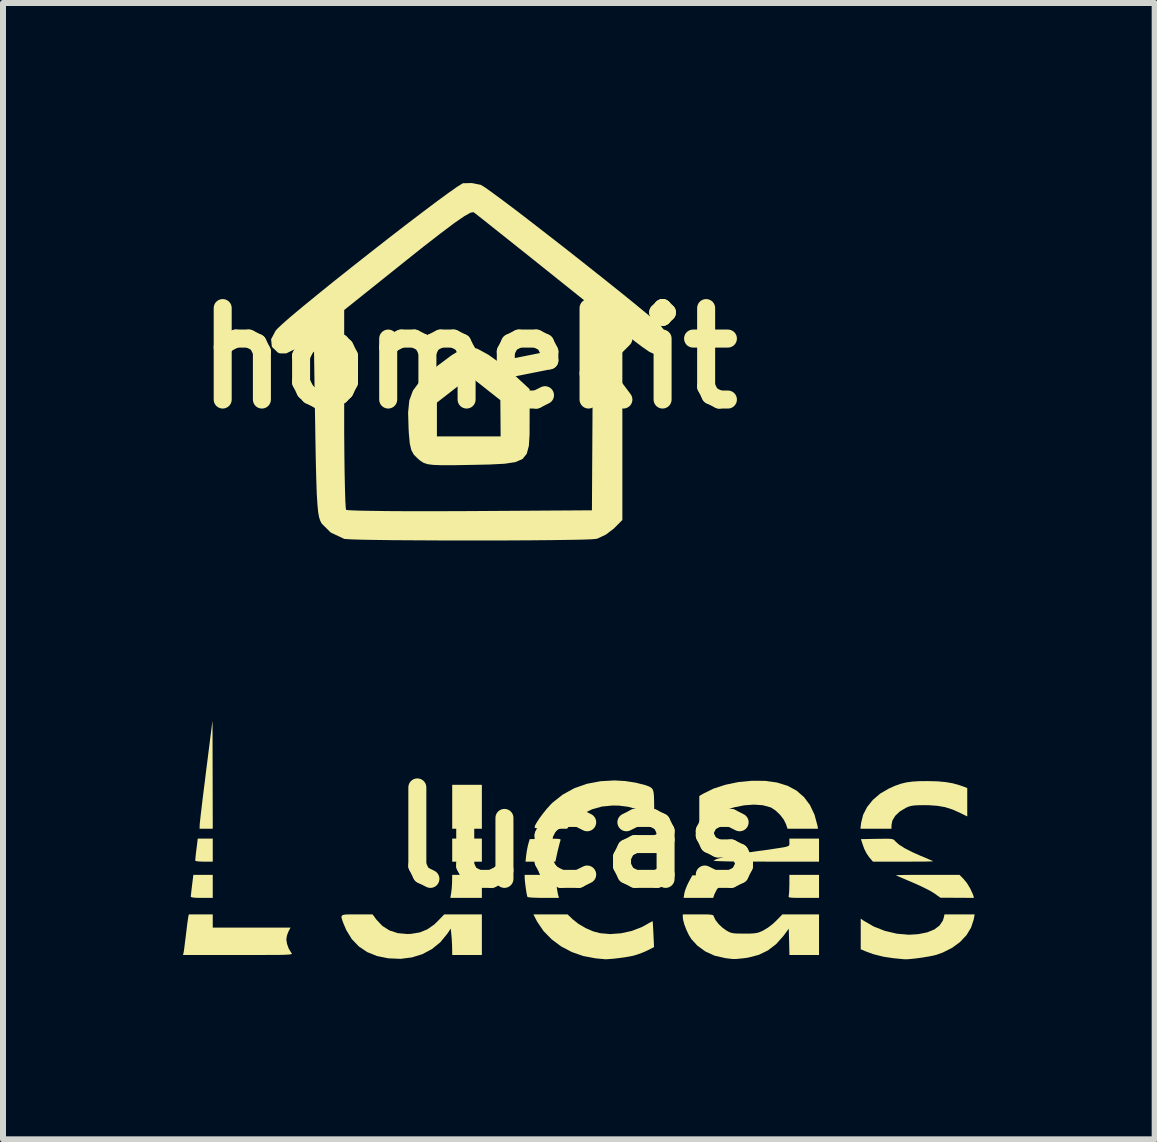
<source format=kicad_pcb>
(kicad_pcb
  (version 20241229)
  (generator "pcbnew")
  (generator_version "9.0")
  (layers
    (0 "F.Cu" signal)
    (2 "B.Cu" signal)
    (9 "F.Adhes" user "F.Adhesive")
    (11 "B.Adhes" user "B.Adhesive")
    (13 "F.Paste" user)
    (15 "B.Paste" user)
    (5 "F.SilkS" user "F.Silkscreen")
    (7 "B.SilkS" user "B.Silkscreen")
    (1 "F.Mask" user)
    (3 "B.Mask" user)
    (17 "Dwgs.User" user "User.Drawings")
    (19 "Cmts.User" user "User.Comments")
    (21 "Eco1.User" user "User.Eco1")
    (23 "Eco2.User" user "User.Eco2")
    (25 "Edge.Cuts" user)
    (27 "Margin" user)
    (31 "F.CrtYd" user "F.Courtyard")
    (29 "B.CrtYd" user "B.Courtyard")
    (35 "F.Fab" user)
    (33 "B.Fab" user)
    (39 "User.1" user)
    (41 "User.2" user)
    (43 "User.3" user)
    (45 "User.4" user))
  (footprint "homekit"
    (layer "F.Cu")
    (at 4.761 2.918)
    (property "Reference" "homekit" (at 0 0 0) (layer "F.SilkS") (effects (font (size 1.524 1.524) (thickness 0.3))))
    (attr board_only exclude_from_pos_files exclude_from_bom)
    (fp_poly (pts (xy 0.141 -0.158) (xy 0.327 -0.057) (xy 0.545 0.099) (xy 0.782 0.301) (xy 0.785 0.304) (xy 1.014 0.516) (xy 1.014 1.025) (xy 1.013 1.275) (xy 1.001 1.461) (xy 0.966 1.593) (xy 0.896 1.68) (xy 0.777 1.732) (xy 0.598 1.759) (xy 0.346 1.772) (xy 0.059 1.778) (xy -0.23 1.783) (xy -0.439 1.784) (xy -0.585 1.779) (xy -0.683 1.767) (xy -0.751 1.745) (xy -0.805 1.711) (xy -0.846 1.677) (xy -0.915 1.609) (xy -0.957 1.533) (xy -0.983 1.423) (xy -0.994 1.304) (xy -0.531 1.304) (xy 0.531 1.304) (xy 0.526 0.7) (xy 0.027 0.306) (xy -0.252 0.523) (xy -0.531 0.74) (xy -0.531 1.304) (xy -0.994 1.304) (xy -0.999 1.251) (xy -1.003 1.173) (xy -1.011 0.907) (xy -0.991 0.705) (xy -0.931 0.541) (xy -0.819 0.39) (xy -0.644 0.227) (xy -0.516 0.123) (xy -0.29 -0.046) (xy -0.117 -0.153) (xy -0.002 -0.193) (xy 0.004 -0.193)) (stroke (width 0) (type solid)) (fill yes) (layer "F.SilkS"))
    (fp_poly (pts (xy 0.2 -2.888) (xy 0.265 -2.849) (xy 0.394 -2.757) (xy 0.578 -2.621) (xy 0.807 -2.449) (xy 1.068 -2.248) (xy 1.353 -2.027) (xy 1.651 -1.795) (xy 1.951 -1.558) (xy 2.244 -1.326) (xy 2.518 -1.107) (xy 2.764 -0.908) (xy 2.97 -0.738) (xy 3.127 -0.604) (xy 3.199 -0.54) (xy 3.306 -0.398) (xy 3.323 -0.263) (xy 3.25 -0.145) (xy 3.211 -0.116) (xy 3.143 -0.077) (xy 3.084 -0.071) (xy 3.008 -0.106) (xy 2.89 -0.188) (xy 2.825 -0.237) (xy 2.559 -0.438) (xy 2.559 2.697) (xy 2.417 2.839) (xy 2.286 2.939) (xy 2.146 3.005) (xy 2.122 3.011) (xy 2.041 3.018) (xy 1.879 3.024) (xy 1.647 3.028) (xy 1.357 3.032) (xy 1.022 3.035) (xy 0.655 3.037) (xy 0.267 3.038) (xy -0.128 3.038) (xy -0.518 3.037) (xy -0.891 3.035) (xy -1.235 3.033) (xy -1.536 3.029) (xy -1.782 3.025) (xy -1.962 3.019) (xy -2.062 3.013) (xy -2.076 3.011) (xy -2.301 2.905) (xy -2.45 2.757) (xy -2.474 2.712) (xy -2.494 2.651) (xy -2.51 2.562) (xy -2.522 2.434) (xy -2.533 2.257) (xy -2.541 2.02) (xy -2.549 1.713) (xy -2.556 1.325) (xy -2.559 1.116) (xy -2.564 0.846) (xy -2.076 0.846) (xy -2.076 1.236) (xy -2.073 1.595) (xy -2.069 1.912) (xy -2.063 2.174) (xy -2.057 2.372) (xy -2.05 2.493) (xy -2.044 2.528) (xy -1.99 2.534) (xy -1.85 2.54) (xy -1.633 2.544) (xy -1.351 2.548) (xy -1.013 2.55) (xy -0.629 2.55) (xy -0.209 2.549) (xy 0.021 2.548) (xy 2.052 2.535) (xy 2.062 0.845) (xy 2.072 -0.845) (xy 1.106 -1.618) (xy 0.841 -1.829) (xy 0.599 -2.022) (xy 0.39 -2.188) (xy 0.227 -2.318) (xy 0.118 -2.403) (xy 0.078 -2.433) (xy 0.029 -2.424) (xy -0.076 -2.365) (xy -0.24 -2.252) (xy -0.466 -2.082) (xy -0.759 -1.855) (xy -1.03 -1.639) (xy -2.076 -0.802) (xy -2.076 0.846) (xy -2.564 0.846) (xy -2.583 -0.401) (xy -2.728 -0.28) (xy -2.907 -0.145) (xy -3.041 -0.08) (xy -3.147 -0.079) (xy -3.181 -0.093) (xy -3.281 -0.189) (xy -3.294 -0.315) (xy -3.219 -0.457) (xy -3.195 -0.485) (xy -3.107 -0.569) (xy -2.958 -0.699) (xy -2.758 -0.866) (xy -2.517 -1.063) (xy -2.246 -1.282) (xy -1.954 -1.514) (xy -1.652 -1.752) (xy -1.35 -1.988) (xy -1.058 -2.214) (xy -0.786 -2.421) (xy -0.546 -2.602) (xy -0.345 -2.749) (xy -0.196 -2.854) (xy -0.108 -2.909) (xy -0.093 -2.915) (xy 0.051 -2.918)) (stroke (width 0) (type solid)) (fill yes) (layer "F.SilkS")))
  (footprint "lucas"
    (layer "F.Cu")
    (at 6.589 10.905)
    (property "Reference" "lucas" (at 0 0 0) (layer "F.SilkS") (effects (font (size 1.524 1.524) (thickness 0.3))))
    (attr board_only exclude_from_pos_files exclude_from_bom)
    (fp_poly (pts (xy -1.61 -0.146) (xy -2.104 -0.146) (xy -2.104 -0.878) (xy -1.61 -0.878)) (stroke (width 0) (type solid)) (fill yes) (layer "F.SilkS"))
    (fp_poly (pts (xy -1.61 0.403) (xy -2.104 0.403) (xy -2.104 0.018) (xy -1.61 0.018)) (stroke (width 0) (type solid)) (fill yes) (layer "F.SilkS"))
    (fp_poly (pts (xy -1.61 1.006) (xy -2.135 1.006) (xy -2.121 0.92) (xy -2.112 0.849) (xy -2.107 0.766) (xy -2.106 0.727) (xy -2.104 0.622) (xy -1.61 0.622)) (stroke (width 0) (type solid)) (fill yes) (layer "F.SilkS"))
    (fp_poly (pts (xy -6.094 0.403) (xy -6.24 0.403) (xy -6.318 0.4) (xy -6.368 0.394) (xy -6.387 0.384) (xy -6.387 0.383) (xy -6.384 0.358) (xy -6.379 0.305) (xy -6.371 0.234) (xy -6.365 0.191) (xy -6.344 0.018) (xy -6.094 0.018)) (stroke (width 0) (type solid)) (fill yes) (layer "F.SilkS"))
    (fp_poly (pts (xy -6.094 1.006) (xy -6.277 1.006) (xy -6.368 1.005) (xy -6.43 0.999) (xy -6.458 0.99) (xy -6.46 0.987) (xy -6.458 0.961) (xy -6.452 0.909) (xy -6.444 0.838) (xy -6.439 0.795) (xy -6.417 0.622) (xy -6.094 0.622)) (stroke (width 0) (type solid)) (fill yes) (layer "F.SilkS"))
    (fp_poly (pts (xy -6.096 -1.048) (xy -6.094 -0.146) (xy -6.313 -0.146) (xy -6.312 -0.206) (xy -6.31 -0.236) (xy -6.303 -0.298) (xy -6.293 -0.389) (xy -6.279 -0.505) (xy -6.263 -0.641) (xy -6.244 -0.793) (xy -6.223 -0.959) (xy -6.205 -1.107) (xy -6.098 -1.949)) (stroke (width 0) (type solid)) (fill yes) (layer "F.SilkS"))
    (fp_poly (pts (xy 4.008 1.006) (xy 3.749 1.006) (xy 3.647 1.006) (xy 3.576 1.004) (xy 3.532 1.001) (xy 3.508 0.995) (xy 3.501 0.986) (xy 3.502 0.978) (xy 3.507 0.947) (xy 3.511 0.89) (xy 3.513 0.817) (xy 3.514 0.785) (xy 3.514 0.622) (xy 4.008 0.622)) (stroke (width 0) (type solid)) (fill yes) (layer "F.SilkS"))
    (fp_poly (pts (xy -0.376 0.021) (xy -0.331 0.023) (xy -0.307 0.028) (xy -0.298 0.036) (xy -0.3 0.048) (xy -0.311 0.083) (xy -0.326 0.143) (xy -0.345 0.218) (xy -0.363 0.299) (xy -0.374 0.352) (xy -0.385 0.403) (xy -0.883 0.403) (xy -0.871 0.294) (xy -0.86 0.218) (xy -0.845 0.142) (xy -0.836 0.107) (xy -0.813 0.027) (xy -0.551 0.022) (xy -0.448 0.021)) (stroke (width 0) (type solid)) (fill yes) (layer "F.SilkS"))
    (fp_poly (pts (xy -0.371 0.773) (xy -0.359 0.849) (xy -0.348 0.915) (xy -0.339 0.959) (xy -0.337 0.965) (xy -0.325 1.006) (xy -0.582 1.006) (xy -0.676 1.005) (xy -0.755 1.002) (xy -0.815 0.998) (xy -0.846 0.992) (xy -0.85 0.99) (xy -0.858 0.964) (xy -0.868 0.912) (xy -0.878 0.845) (xy -0.887 0.775) (xy -0.894 0.712) (xy -0.896 0.673) (xy -0.897 0.622) (xy -0.392 0.622)) (stroke (width 0) (type solid)) (fill yes) (layer "F.SilkS"))
    (fp_poly (pts (xy 2.619 0.627) (xy 2.662 0.629) (xy 2.682 0.632) (xy 2.681 0.637) (xy 2.664 0.644) (xy 2.64 0.65) (xy 2.498 0.702) (xy 2.387 0.773) (xy 2.307 0.862) (xy 2.267 0.941) (xy 2.244 1.006) (xy 1.752 1.006) (xy 1.764 0.929) (xy 1.78 0.871) (xy 1.809 0.799) (xy 1.837 0.741) (xy 1.897 0.631) (xy 2.317 0.628) (xy 2.45 0.627) (xy 2.549 0.626)) (stroke (width 0) (type solid)) (fill yes) (layer "F.SilkS"))
    (fp_poly (pts (xy 6.413 0.687) (xy 6.471 0.757) (xy 6.526 0.847) (xy 6.568 0.938) (xy 6.578 0.965) (xy 6.59 1.006) (xy 6.03 1.003) (xy 5.932 0.933) (xy 5.88 0.9) (xy 5.803 0.859) (xy 5.709 0.813) (xy 5.608 0.767) (xy 5.566 0.749) (xy 5.474 0.71) (xy 5.395 0.676) (xy 5.334 0.65) (xy 5.298 0.633) (xy 5.29 0.629) (xy 5.306 0.627) (xy 5.353 0.626) (xy 5.429 0.624) (xy 5.527 0.623) (xy 5.645 0.623) (xy 5.777 0.622) (xy 5.816 0.622) (xy 6.349 0.622)) (stroke (width 0) (type solid)) (fill yes) (layer "F.SilkS"))
    (fp_poly (pts (xy 4.008 0.403) (xy 3.116 0.402) (xy 2.882 0.402) (xy 2.685 0.401) (xy 2.525 0.399) (xy 2.402 0.396) (xy 2.315 0.393) (xy 2.264 0.389) (xy 2.25 0.384) (xy 2.251 0.384) (xy 2.301 0.36) (xy 2.38 0.335) (xy 2.488 0.309) (xy 2.628 0.282) (xy 2.802 0.254) (xy 2.968 0.229) (xy 3.123 0.208) (xy 3.246 0.19) (xy 3.34 0.176) (xy 3.409 0.165) (xy 3.458 0.155) (xy 3.488 0.145) (xy 3.506 0.135) (xy 3.513 0.123) (xy 3.515 0.108) (xy 3.514 0.09) (xy 3.514 0.082) (xy 3.514 0.018) (xy 4.008 0.018)) (stroke (width 0) (type solid)) (fill yes) (layer "F.SilkS"))
    (fp_poly (pts (xy 3.108 -0.944) (xy 3.308 -0.916) (xy 3.483 -0.862) (xy 3.633 -0.782) (xy 3.757 -0.674) (xy 3.857 -0.541) (xy 3.933 -0.38) (xy 3.98 -0.206) (xy 3.992 -0.146) (xy 3.483 -0.146) (xy 3.458 -0.222) (xy 3.42 -0.299) (xy 3.359 -0.378) (xy 3.286 -0.448) (xy 3.213 -0.497) (xy 3.198 -0.503) (xy 3.069 -0.538) (xy 2.921 -0.548) (xy 2.759 -0.536) (xy 2.59 -0.502) (xy 2.42 -0.447) (xy 2.257 -0.374) (xy 2.136 -0.303) (xy 2.013 -0.222) (xy 2.013 -0.692) (xy 2.08 -0.731) (xy 2.251 -0.815) (xy 2.449 -0.879) (xy 2.665 -0.924) (xy 2.882 -0.945)) (stroke (width 0) (type solid)) (fill yes) (layer "F.SilkS"))
    (fp_poly (pts (xy 5.201 0.023) (xy 5.233 0.028) (xy 5.254 0.038) (xy 5.27 0.052) (xy 5.278 0.062) (xy 5.339 0.117) (xy 5.433 0.177) (xy 5.561 0.243) (xy 5.698 0.304) (xy 5.778 0.337) (xy 5.844 0.366) (xy 5.89 0.386) (xy 5.909 0.396) (xy 5.909 0.396) (xy 5.894 0.398) (xy 5.846 0.399) (xy 5.771 0.401) (xy 5.673 0.402) (xy 5.557 0.402) (xy 5.427 0.403) (xy 5.412 0.403) (xy 4.907 0.403) (xy 4.844 0.329) (xy 4.803 0.27) (xy 4.764 0.194) (xy 4.744 0.141) (xy 4.706 0.027) (xy 4.973 0.022) (xy 5.077 0.021) (xy 5.151 0.02)) (stroke (width 0) (type solid)) (fill yes) (layer "F.SilkS"))
    (fp_poly (pts (xy -6.094 1.501) (xy -4.798 1.501) (xy -4.833 1.568) (xy -4.856 1.628) (xy -4.867 1.688) (xy -4.868 1.697) (xy -4.857 1.771) (xy -4.828 1.851) (xy -4.789 1.916) (xy -4.782 1.925) (xy -4.776 1.933) (xy -4.777 1.939) (xy -4.786 1.944) (xy -4.806 1.948) (xy -4.841 1.951) (xy -4.892 1.954) (xy -4.964 1.956) (xy -5.059 1.957) (xy -5.18 1.957) (xy -5.329 1.958) (xy -5.51 1.958) (xy -5.67 1.958) (xy -6.589 1.958) (xy -6.58 1.917) (xy -6.574 1.884) (xy -6.566 1.823) (xy -6.556 1.741) (xy -6.544 1.648) (xy -6.542 1.629) (xy -6.53 1.533) (xy -6.52 1.447) (xy -6.51 1.378) (xy -6.504 1.336) (xy -6.503 1.331) (xy -6.493 1.281) (xy -6.094 1.281)) (stroke (width 0) (type solid)) (fill yes) (layer "F.SilkS"))
    (fp_poly (pts (xy 5.98 -0.936) (xy 6.114 -0.924) (xy 6.233 -0.904) (xy 6.345 -0.873) (xy 6.428 -0.844) (xy 6.478 -0.824) (xy 6.478 -0.351) (xy 6.355 -0.412) (xy 6.228 -0.468) (xy 6.108 -0.506) (xy 5.982 -0.528) (xy 5.839 -0.538) (xy 5.774 -0.539) (xy 5.675 -0.538) (xy 5.604 -0.535) (xy 5.551 -0.528) (xy 5.506 -0.516) (xy 5.462 -0.498) (xy 5.357 -0.436) (xy 5.278 -0.362) (xy 5.23 -0.281) (xy 5.215 -0.202) (xy 5.215 -0.146) (xy 4.698 -0.146) (xy 4.709 -0.242) (xy 4.743 -0.379) (xy 4.81 -0.509) (xy 4.906 -0.628) (xy 5.028 -0.732) (xy 5.167 -0.813) (xy 5.273 -0.861) (xy 5.368 -0.895) (xy 5.462 -0.918) (xy 5.565 -0.932) (xy 5.687 -0.939) (xy 5.819 -0.94)) (stroke (width 0) (type solid)) (fill yes) (layer "F.SilkS"))
    (fp_poly (pts (xy 6.586 1.365) (xy 6.542 1.5) (xy 6.466 1.626) (xy 6.36 1.739) (xy 6.228 1.837) (xy 6.072 1.916) (xy 5.96 1.956) (xy 5.902 1.97) (xy 5.823 1.985) (xy 5.731 2) (xy 5.637 2.013) (xy 5.548 2.023) (xy 5.476 2.029) (xy 5.429 2.029) (xy 5.426 2.029) (xy 5.4 2.026) (xy 5.348 2.021) (xy 5.279 2.014) (xy 5.261 2.013) (xy 5.085 1.987) (xy 4.916 1.945) (xy 4.79 1.899) (xy 4.703 1.862) (xy 4.703 1.352) (xy 4.753 1.387) (xy 4.921 1.484) (xy 5.108 1.557) (xy 5.306 1.603) (xy 5.506 1.62) (xy 5.659 1.611) (xy 5.809 1.581) (xy 5.928 1.533) (xy 6.015 1.468) (xy 6.071 1.385) (xy 6.088 1.331) (xy 6.098 1.281) (xy 6.601 1.281)) (stroke (width 0) (type solid)) (fill yes) (layer "F.SilkS"))
    (fp_poly (pts (xy -3.692 1.281) (xy -3.431 1.281) (xy -3.367 1.368) (xy -3.267 1.474) (xy -3.148 1.549) (xy -3.01 1.594) (xy -2.852 1.608) (xy -2.786 1.605) (xy -2.643 1.581) (xy -2.518 1.53) (xy -2.403 1.449) (xy -2.343 1.391) (xy -2.237 1.281) (xy -1.61 1.281) (xy -1.61 1.958) (xy -2.104 1.958) (xy -2.105 1.862) (xy -2.107 1.79) (xy -2.111 1.704) (xy -2.116 1.642) (xy -2.128 1.518) (xy -2.187 1.605) (xy -2.303 1.746) (xy -2.442 1.859) (xy -2.601 1.944) (xy -2.776 1.998) (xy -2.966 2.022) (xy -3.168 2.013) (xy -3.17 2.013) (xy -3.357 1.975) (xy -3.521 1.909) (xy -3.66 1.815) (xy -3.777 1.693) (xy -3.869 1.543) (xy -3.913 1.44) (xy -3.936 1.379) (xy -3.949 1.336) (xy -3.947 1.308) (xy -3.926 1.291) (xy -3.882 1.283) (xy -3.81 1.281) (xy -3.707 1.281)) (stroke (width 0) (type solid)) (fill yes) (layer "F.SilkS"))
    (fp_poly (pts (xy 0.776 -0.941) (xy 0.953 -0.914) (xy 1.113 -0.873) (xy 1.134 -0.866) (xy 1.181 -0.848) (xy 1.214 -0.828) (xy 1.237 -0.801) (xy 1.25 -0.76) (xy 1.257 -0.698) (xy 1.26 -0.61) (xy 1.261 -0.537) (xy 1.263 -0.332) (xy 1.109 -0.41) (xy 0.967 -0.473) (xy 0.827 -0.512) (xy 0.675 -0.531) (xy 0.568 -0.533) (xy 0.391 -0.516) (xy 0.224 -0.469) (xy 0.072 -0.395) (xy -0.059 -0.295) (xy -0.12 -0.231) (xy -0.191 -0.146) (xy -0.461 -0.146) (xy -0.569 -0.147) (xy -0.645 -0.149) (xy -0.694 -0.153) (xy -0.721 -0.159) (xy -0.731 -0.169) (xy -0.732 -0.172) (xy -0.72 -0.207) (xy -0.689 -0.262) (xy -0.643 -0.33) (xy -0.588 -0.404) (xy -0.528 -0.478) (xy -0.468 -0.545) (xy -0.431 -0.582) (xy -0.261 -0.716) (xy -0.07 -0.821) (xy 0.14 -0.895) (xy 0.369 -0.938) (xy 0.598 -0.951)) (stroke (width 0) (type solid)) (fill yes) (layer "F.SilkS"))
    (fp_poly (pts (xy -0.095 1.364) (xy 0.001 1.44) (xy 0.119 1.509) (xy 0.245 1.564) (xy 0.357 1.594) (xy 0.528 1.609) (xy 0.709 1.596) (xy 0.887 1.557) (xy 1.052 1.494) (xy 1.124 1.455) (xy 1.178 1.424) (xy 1.218 1.402) (xy 1.235 1.395) (xy 1.235 1.395) (xy 1.238 1.414) (xy 1.241 1.462) (xy 1.245 1.532) (xy 1.249 1.613) (xy 1.259 1.826) (xy 1.147 1.883) (xy 1.067 1.918) (xy 0.98 1.95) (xy 0.924 1.967) (xy 0.864 1.98) (xy 0.783 1.994) (xy 0.691 2.007) (xy 0.6 2.018) (xy 0.518 2.025) (xy 0.458 2.029) (xy 0.439 2.028) (xy 0.408 2.025) (xy 0.352 2.02) (xy 0.284 2.013) (xy 0.282 2.013) (xy 0.08 1.975) (xy -0.112 1.908) (xy -0.29 1.814) (xy -0.448 1.696) (xy -0.583 1.558) (xy -0.689 1.402) (xy -0.705 1.371) (xy -0.751 1.281) (xy -0.182 1.281)) (stroke (width 0) (type solid)) (fill yes) (layer "F.SilkS"))
    (fp_poly (pts (xy 2.094 1.281) (xy 2.164 1.282) (xy 2.209 1.286) (xy 2.236 1.292) (xy 2.249 1.302) (xy 2.256 1.317) (xy 2.257 1.322) (xy 2.285 1.379) (xy 2.336 1.443) (xy 2.401 1.504) (xy 2.467 1.551) (xy 2.507 1.573) (xy 2.543 1.587) (xy 2.586 1.596) (xy 2.642 1.6) (xy 2.723 1.601) (xy 2.763 1.601) (xy 2.857 1.601) (xy 2.924 1.597) (xy 2.974 1.59) (xy 3.018 1.577) (xy 3.065 1.556) (xy 3.081 1.548) (xy 3.157 1.502) (xy 3.239 1.439) (xy 3.293 1.388) (xy 3.398 1.281) (xy 4.008 1.281) (xy 4.008 1.958) (xy 3.515 1.958) (xy 3.51 1.738) (xy 3.504 1.519) (xy 3.415 1.64) (xy 3.294 1.776) (xy 3.157 1.881) (xy 3.002 1.956) (xy 2.824 2.002) (xy 2.76 2.011) (xy 2.682 2.019) (xy 2.628 2.024) (xy 2.584 2.025) (xy 2.536 2.021) (xy 2.472 2.013) (xy 2.443 2.009) (xy 2.271 1.97) (xy 2.116 1.9) (xy 1.981 1.802) (xy 1.882 1.694) (xy 1.839 1.625) (xy 1.798 1.539) (xy 1.764 1.45) (xy 1.743 1.37) (xy 1.738 1.326) (xy 1.738 1.281) (xy 1.993 1.281)) (stroke (width 0) (type solid)) (fill yes) (layer "F.SilkS")))
  (gr_rect
    (start -3 -3)
    (end 16.19 15.934)
    (stroke (width 0.1) (type default))
    (fill no)
    (layer "Edge.Cuts")))
</source>
